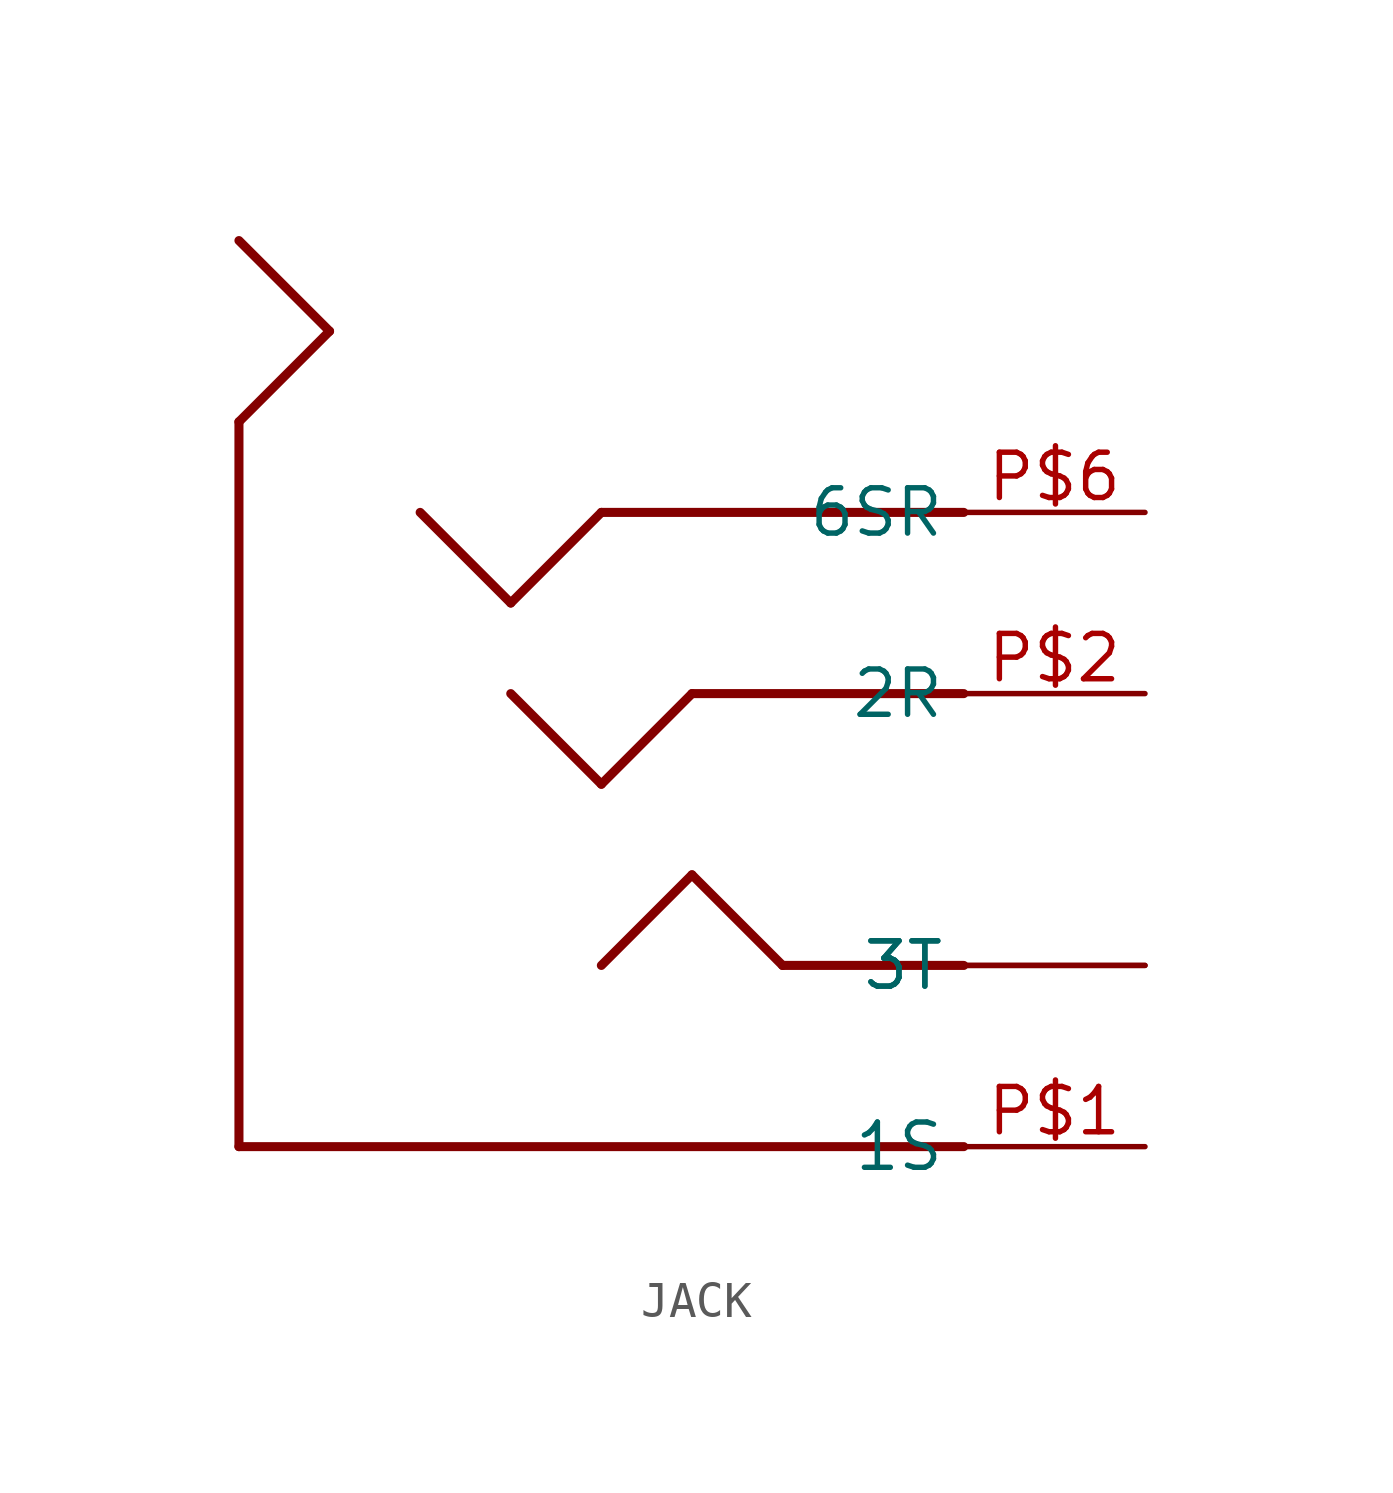
<source format=kicad_sym>
(kicad_symbol_lib
  (version 20211014)
  (generator kicad_symbol_editor)
  (symbol "JACK"
    (property "Reference" ""
      (at 0 0 0)
      (effects (font (size 1.27 1.27)) hide))
    (property "ki_locked" ""
      (at 0 0 0)
      (effects (font (size 1.27 1.27))))
    (symbol "JACK_1_0"
      (polyline (pts (xy -12.7 -2.54) (xy -12.7 17.78)) (stroke (width 0.254) (type default) (color 0 0 0 0)) (fill (type none)))
      (polyline (pts (xy -12.7 17.78) (xy -10.16 20.32)) (stroke (width 0.254) (type default) (color 0 0 0 0)) (fill (type none)))
      (polyline (pts (xy -10.16 20.32) (xy -12.7 22.86)) (stroke (width 0.254) (type default) (color 0 0 0 0)) (fill (type none)))
      (polyline (pts (xy -5.08 12.7) (xy -7.62 15.24)) (stroke (width 0.254) (type default) (color 0 0 0 0)) (fill (type none)))
      (polyline (pts (xy -2.54 7.62) (xy -5.08 10.16)) (stroke (width 0.254) (type default) (color 0 0 0 0)) (fill (type none)))
      (polyline (pts (xy -2.54 15.24) (xy -5.08 12.7)) (stroke (width 0.254) (type default) (color 0 0 0 0)) (fill (type none)))
      (polyline (pts (xy 0 5.08) (xy -2.54 2.54)) (stroke (width 0.254) (type default) (color 0 0 0 0)) (fill (type none)))
      (polyline (pts (xy 0 10.16) (xy -2.54 7.62)) (stroke (width 0.254) (type default) (color 0 0 0 0)) (fill (type none)))
      (polyline (pts (xy 2.54 2.54) (xy 0 5.08)) (stroke (width 0.254) (type default) (color 0 0 0 0)) (fill (type none)))
      (polyline (pts (xy 7.62 -2.54) (xy -12.7 -2.54)) (stroke (width 0.254) (type default) (color 0 0 0 0)) (fill (type none)))
      (polyline (pts (xy 7.62 2.54) (xy 2.54 2.54)) (stroke (width 0.254) (type default) (color 0 0 0 0)) (fill (type none)))
      (polyline (pts (xy 7.62 10.16) (xy 0 10.16)) (stroke (width 0.254) (type default) (color 0 0 0 0)) (fill (type none)))
      (polyline (pts (xy 7.62 15.24) (xy -2.54 15.24)) (stroke (width 0.254) (type default) (color 0 0 0 0)) (fill (type none)))
      (pin bidirectional line (at 12.7 -2.54 180) (length 5.08) (name "1S" (effects (font (size 1.27 1.27)))) (number "P$1" (effects (font (size 1.27 1.27)))))
      (pin bidirectional line (at 12.7 10.16 180) (length 5.08) (name "2R" (effects (font (size 1.27 1.27)))) (number "P$2" (effects (font (size 1.27 1.27)))))
      (pin bidirectional line (at 12.7 2.54 180) (length 5.08) (name "3T" (effects (font (size 1.27 1.27)))) (number "P$3" (effects (font (size 0 0)))))
      (pin bidirectional line (at 12.7 2.54 180) (length 5.08) (name "3T" (effects (font (size 1.27 1.27)))) (number "P$4" (effects (font (size 0 0)))))
      (pin bidirectional line (at 12.7 15.24 180) (length 5.08) (name "6SR" (effects (font (size 1.27 1.27)))) (number "P$6" (effects (font (size 1.27 1.27))))))))
</source>
